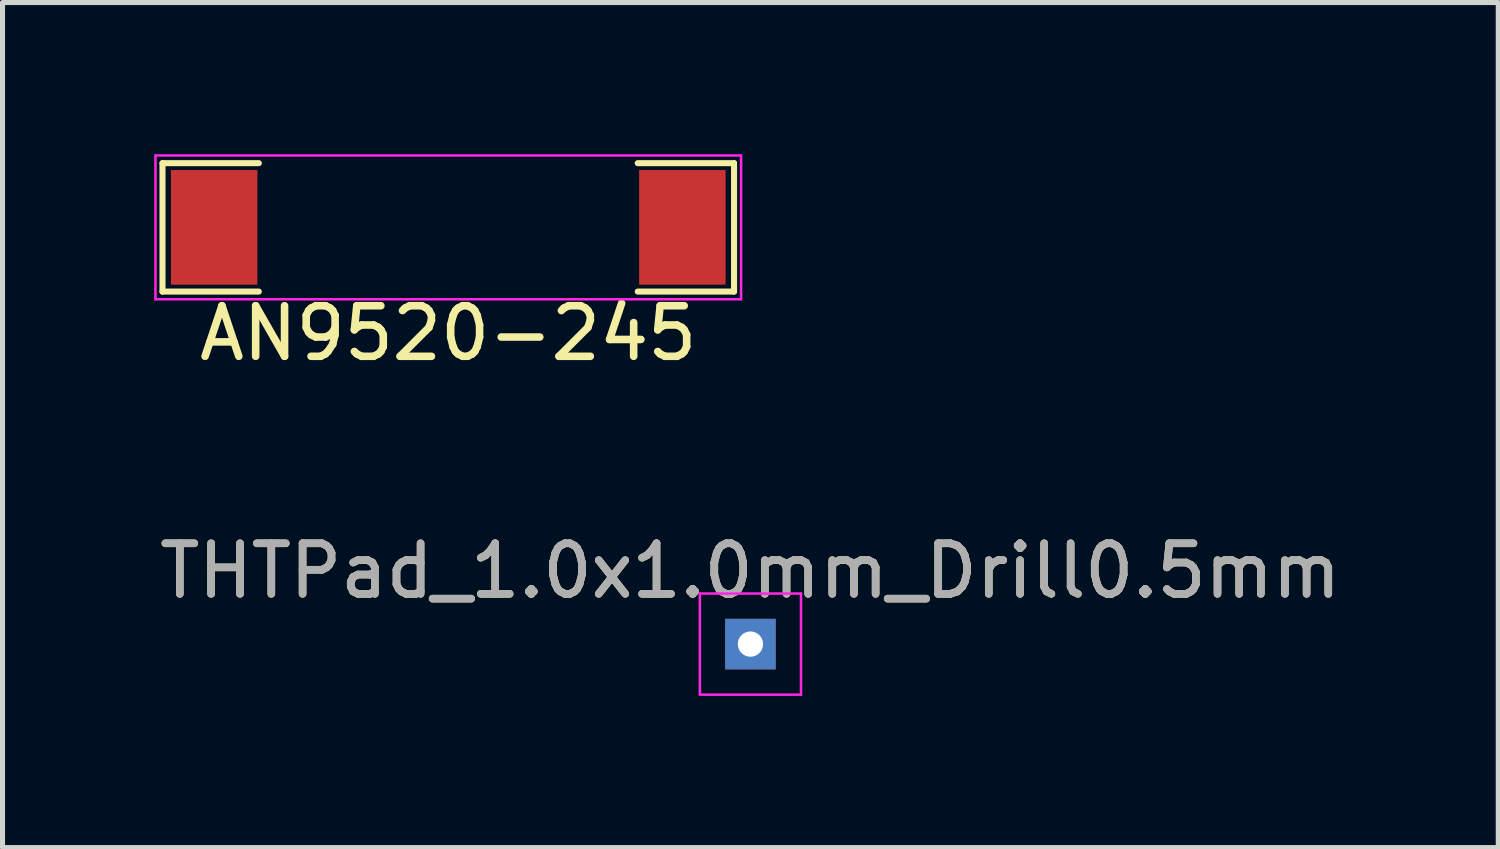
<source format=kicad_pcb>
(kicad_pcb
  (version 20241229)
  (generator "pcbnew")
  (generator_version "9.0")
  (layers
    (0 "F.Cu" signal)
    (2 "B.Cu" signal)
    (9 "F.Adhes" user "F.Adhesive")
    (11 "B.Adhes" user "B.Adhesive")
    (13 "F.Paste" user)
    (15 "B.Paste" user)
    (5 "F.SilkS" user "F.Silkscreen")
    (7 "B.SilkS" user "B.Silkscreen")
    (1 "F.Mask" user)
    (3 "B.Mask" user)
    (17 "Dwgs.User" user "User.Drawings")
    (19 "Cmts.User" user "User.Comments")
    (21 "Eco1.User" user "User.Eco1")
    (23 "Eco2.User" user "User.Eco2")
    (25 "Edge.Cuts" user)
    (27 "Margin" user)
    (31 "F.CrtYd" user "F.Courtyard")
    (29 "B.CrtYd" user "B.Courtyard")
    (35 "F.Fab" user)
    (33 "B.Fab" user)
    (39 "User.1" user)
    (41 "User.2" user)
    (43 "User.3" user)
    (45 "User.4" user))
  (footprint "THTPad_1.0x1.0mm_Drill0.5mm"
    (layer "F.Cu")
    (at 11.792 9.689)
    (property "Reference" "THTPad_1.0x1.0mm_Drill0.5mm" (at 0 -1.448 0) (layer "F.SilkS") (effects (font (size 1 1) (thickness 0.15))))
    (attr exclude_from_pos_files exclude_from_bom)
    (fp_line (start -1 -1) (end -1 1) (stroke (width 0.05) (type solid)) (layer "F.CrtYd"))
    (fp_line (start -1 -1) (end 1 -1) (stroke (width 0.05) (type solid)) (layer "F.CrtYd"))
    (fp_line (start 1 1) (end -1 1) (stroke (width 0.05) (type solid)) (layer "F.CrtYd"))
    (fp_line (start 1 1) (end 1 -1) (stroke (width 0.05) (type solid)) (layer "F.CrtYd"))
    (fp_text user "${REFERENCE}" (at 0 -1.45 0) (layer "F.Fab") (effects (font (size 1 1) (thickness 0.15))))
    (pad "1" thru_hole rect (at 0 0) (size 1 1) (drill 0.5) (layers "*.Cu" "*.Mask")))
  (footprint "AN9520-245"
    (layer "F.Cu")
    (at 5.816 1.447)
    (property "Reference" "AN9520-245" (at 0 2.095 0) (layer "F.SilkS") (effects (font (size 1 1) (thickness 0.15))))
    (attr through_hole)
    (fp_line (start -5.652 -1.27) (end -5.652 1.27) (stroke (width 0.12) (type solid)) (layer "F.SilkS"))
    (fp_line (start -5.652 1.27) (end -3.747 1.27) (stroke (width 0.12) (type solid)) (layer "F.SilkS"))
    (fp_line (start -3.747 -1.27) (end -5.652 -1.27) (stroke (width 0.12) (type solid)) (layer "F.SilkS"))
    (fp_line (start 3.747 -1.27) (end 5.652 -1.27) (stroke (width 0.12) (type solid)) (layer "F.SilkS"))
    (fp_line (start 5.652 -1.27) (end 5.652 1.27) (stroke (width 0.12) (type solid)) (layer "F.SilkS"))
    (fp_line (start 5.652 1.27) (end 3.747 1.27) (stroke (width 0.12) (type solid)) (layer "F.SilkS"))
    (fp_line (start -5.791 -1.422) (end 5.791 -1.422) (stroke (width 0.05) (type solid)) (layer "F.CrtYd"))
    (fp_line (start -5.791 1.422) (end -5.791 -1.422) (stroke (width 0.05) (type solid)) (layer "F.CrtYd"))
    (fp_line (start 5.791 -1.422) (end 5.791 1.422) (stroke (width 0.05) (type solid)) (layer "F.CrtYd"))
    (fp_line (start 5.791 1.422) (end -5.791 1.422) (stroke (width 0.05) (type solid)) (layer "F.CrtYd"))
    (pad "1" smd rect (at -4.63 0) (size 1.71 2.268) (layers "F.Cu" "F.Mask" "F.Paste"))
    (pad "2" smd rect (at 4.63 0) (size 1.71 2.268) (layers "F.Cu" "F.Mask" "F.Paste")))
  (gr_rect
    (start -3 -3)
    (end 26.583 13.714)
    (stroke (width 0.1) (type default))
    (fill no)
    (layer "Edge.Cuts")))
</source>
